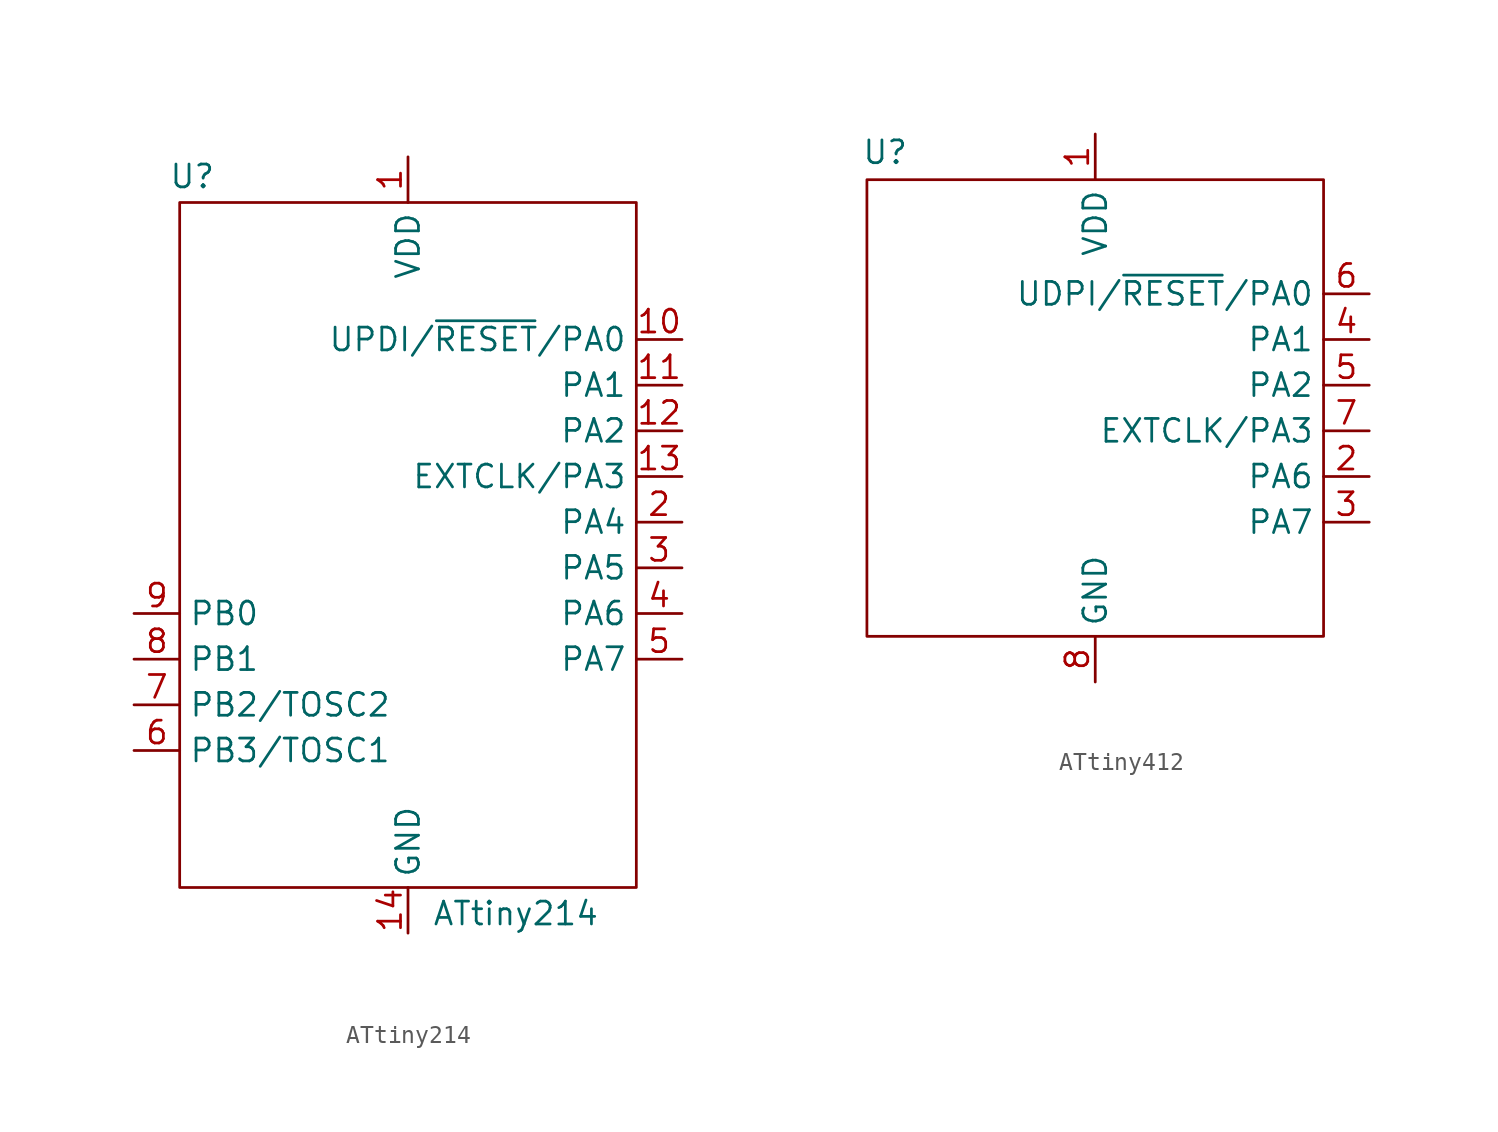
<source format=kicad_sym>
(kicad_symbol_lib
  (version 20241209)
  (generator "kicad_symbol_editor")
  (generator_version "9.0")
  (symbol "ATtiny214"
    (property "Reference" "U"
      (at -12 20.5 0)
      (effects (font (size 1.27 1.27))))
    (property "Value" "ATtiny214"
      (at 6 -20.5 0)
      (effects (font (size 1.27 1.27))))
    (symbol "ATtiny214_0_1"
      (rectangle (start -12.7 19.05) (end 12.7 -19.05) (stroke (width 0) (type default)) (fill (type none))))
    (symbol "ATtiny214_1_1"
      (pin bidirectional line (at -15.24 -3.81 0) (length 2.54) (name "PB0" (effects (font (size 1.27 1.27)))) (number "9" (effects (font (size 1.27 1.27)))))
      (pin bidirectional line (at -15.24 -6.35 0) (length 2.54) (name "PB1" (effects (font (size 1.27 1.27)))) (number "8" (effects (font (size 1.27 1.27)))))
      (pin bidirectional line (at -15.24 -8.89 0) (length 2.54) (name "PB2/TOSC2" (effects (font (size 1.27 1.27)))) (number "7" (effects (font (size 1.27 1.27)))))
      (pin bidirectional line (at -15.24 -11.43 0) (length 2.54) (name "PB3/TOSC1" (effects (font (size 1.27 1.27)))) (number "6" (effects (font (size 1.27 1.27)))))
      (pin power_in line (at 0 21.59 270) (length 2.54) (name "VDD" (effects (font (size 1.27 1.27)))) (number "1" (effects (font (size 1.27 1.27)))))
      (pin power_in line (at 0 -21.59 90) (length 2.54) (name "GND" (effects (font (size 1.27 1.27)))) (number "14" (effects (font (size 1.27 1.27)))))
      (pin bidirectional line (at 15.24 11.43 180) (length 2.54) (name "UPDI/~{RESET}/PA0" (effects (font (size 1.27 1.27)))) (number "10" (effects (font (size 1.27 1.27)))))
      (pin bidirectional line (at 15.24 8.89 180) (length 2.54) (name "PA1" (effects (font (size 1.27 1.27)))) (number "11" (effects (font (size 1.27 1.27)))))
      (pin bidirectional line (at 15.24 6.35 180) (length 2.54) (name "PA2" (effects (font (size 1.27 1.27)))) (number "12" (effects (font (size 1.27 1.27)))))
      (pin bidirectional line (at 15.24 3.81 180) (length 2.54) (name "EXTCLK/PA3" (effects (font (size 1.27 1.27)))) (number "13" (effects (font (size 1.27 1.27)))))
      (pin bidirectional line (at 15.24 1.27 180) (length 2.54) (name "PA4" (effects (font (size 1.27 1.27)))) (number "2" (effects (font (size 1.27 1.27)))))
      (pin bidirectional line (at 15.24 -1.27 180) (length 2.54) (name "PA5" (effects (font (size 1.27 1.27)))) (number "3" (effects (font (size 1.27 1.27)))))
      (pin bidirectional line (at 15.24 -3.81 180) (length 2.54) (name "PA6" (effects (font (size 1.27 1.27)))) (number "4" (effects (font (size 1.27 1.27)))))
      (pin bidirectional line (at 15.24 -6.35 180) (length 2.54) (name "PA7" (effects (font (size 1.27 1.27)))) (number "5" (effects (font (size 1.27 1.27)))))))
  (symbol "ATtiny412"
    (property "Reference" "U"
      (at -11.684 14.224 0)
      (effects (font (size 1.27 1.27))))
    (property "Value" ""
      (at 0 0 0)
      (effects (font (size 1.27 1.27))))
    (symbol "ATtiny412_0_1"
      (rectangle (start -12.7 12.7) (end 12.7 -12.7) (stroke (width 0) (type default)) (fill (type none))))
    (symbol "ATtiny412_1_1"
      (pin power_in line (at 0 15.24 270) (length 2.54) (name "VDD" (effects (font (size 1.27 1.27)))) (number "1" (effects (font (size 1.27 1.27)))))
      (pin power_in line (at 0 -15.24 90) (length 2.54) (name "GND" (effects (font (size 1.27 1.27)))) (number "8" (effects (font (size 1.27 1.27)))))
      (pin bidirectional line (at 15.24 6.35 180) (length 2.54) (name "UDPI/~{RESET}/PA0" (effects (font (size 1.27 1.27)))) (number "6" (effects (font (size 1.27 1.27)))))
      (pin bidirectional line (at 15.24 3.81 180) (length 2.54) (name "PA1" (effects (font (size 1.27 1.27)))) (number "4" (effects (font (size 1.27 1.27)))))
      (pin bidirectional line (at 15.24 1.27 180) (length 2.54) (name "PA2" (effects (font (size 1.27 1.27)))) (number "5" (effects (font (size 1.27 1.27)))))
      (pin bidirectional line (at 15.24 -1.27 180) (length 2.54) (name "EXTCLK/PA3" (effects (font (size 1.27 1.27)))) (number "7" (effects (font (size 1.27 1.27)))))
      (pin bidirectional line (at 15.24 -3.81 180) (length 2.54) (name "PA6" (effects (font (size 1.27 1.27)))) (number "2" (effects (font (size 1.27 1.27)))))
      (pin bidirectional line (at 15.24 -6.35 180) (length 2.54) (name "PA7" (effects (font (size 1.27 1.27)))) (number "3" (effects (font (size 1.27 1.27))))))))
</source>
